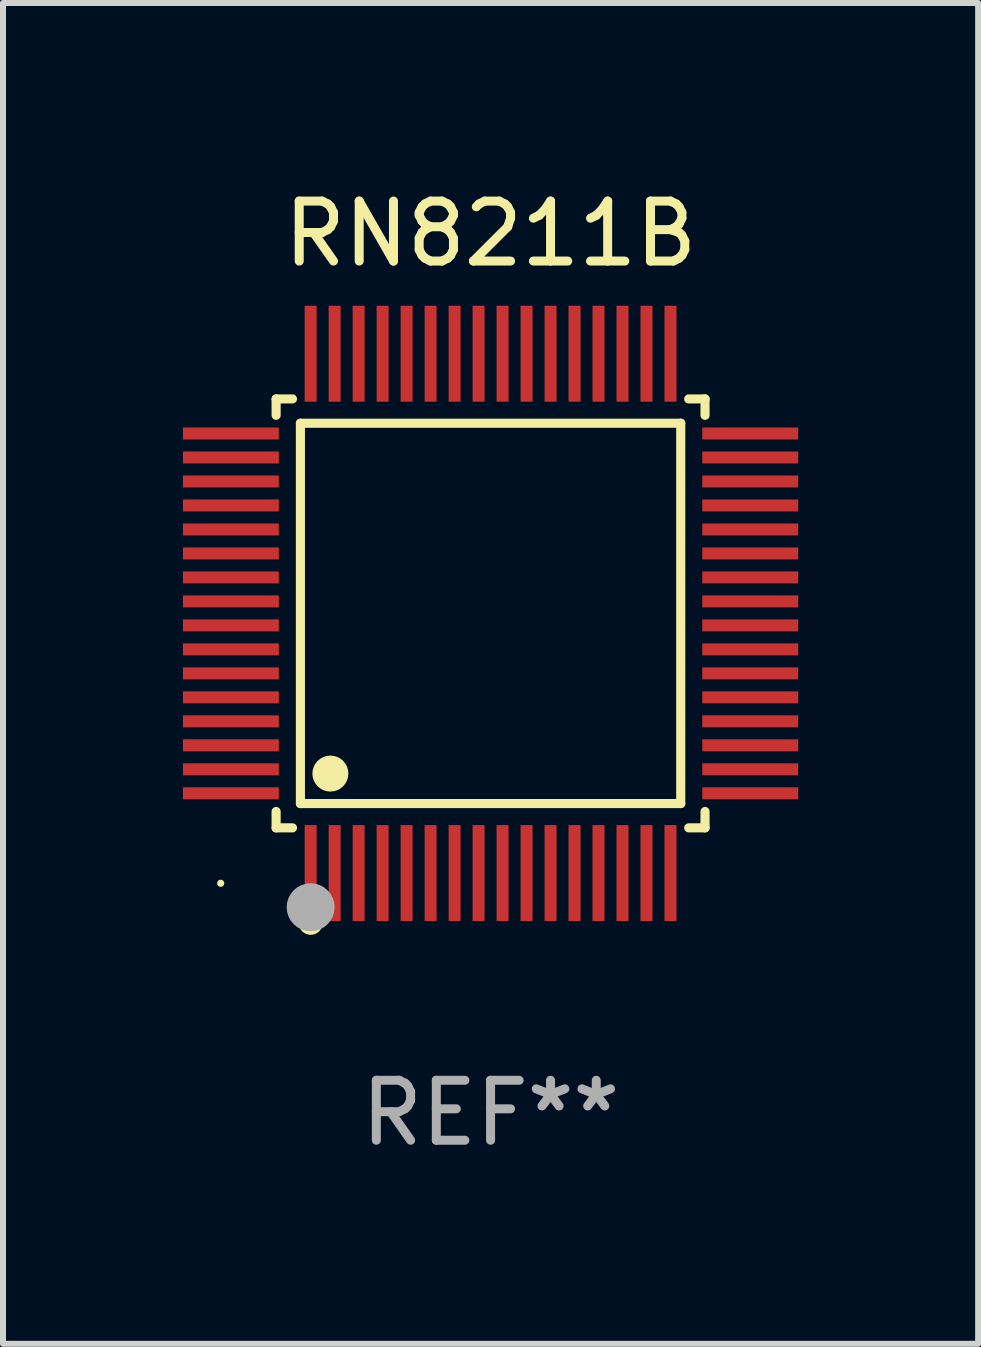
<source format=kicad_pcb>
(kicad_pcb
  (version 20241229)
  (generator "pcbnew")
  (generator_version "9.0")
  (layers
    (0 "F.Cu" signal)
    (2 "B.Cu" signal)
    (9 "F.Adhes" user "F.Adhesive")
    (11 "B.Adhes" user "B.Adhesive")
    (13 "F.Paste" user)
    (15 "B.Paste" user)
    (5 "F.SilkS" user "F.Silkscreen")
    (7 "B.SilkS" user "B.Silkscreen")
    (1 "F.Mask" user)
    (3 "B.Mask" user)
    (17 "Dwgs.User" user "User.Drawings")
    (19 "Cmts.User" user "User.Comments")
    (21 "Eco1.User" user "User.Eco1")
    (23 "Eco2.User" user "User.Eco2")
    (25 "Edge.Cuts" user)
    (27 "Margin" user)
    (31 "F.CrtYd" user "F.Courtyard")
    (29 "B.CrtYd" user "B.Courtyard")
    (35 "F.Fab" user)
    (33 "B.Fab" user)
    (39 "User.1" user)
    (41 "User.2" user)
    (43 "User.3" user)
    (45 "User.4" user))
  (footprint "RN8211B"
    (layer "F.Cu")
    (at 5.13 7.178)
    (property "Reference" "RN8211B" (at 0 -6.33 0) (layer "F.SilkS") (effects (font (size 1 1) (thickness 0.15))))
    (attr through_hole)
    (fp_line (start -3.576 -3.576) (end -3.303 -3.576) (stroke (width 0.152) (type solid)) (layer "F.SilkS"))
    (fp_line (start -3.576 -3.303) (end -3.576 -3.576) (stroke (width 0.152) (type solid)) (layer "F.SilkS"))
    (fp_line (start -3.576 3.303) (end -3.576 3.576) (stroke (width 0.152) (type solid)) (layer "F.SilkS"))
    (fp_line (start -3.576 3.576) (end -3.303 3.576) (stroke (width 0.152) (type solid)) (layer "F.SilkS"))
    (fp_line (start -3.171 -3.171) (end 3.171 -3.171) (stroke (width 0.152) (type solid)) (layer "F.SilkS"))
    (fp_line (start -3.171 3.171) (end -3.171 -3.171) (stroke (width 0.152) (type solid)) (layer "F.SilkS"))
    (fp_line (start 3.171 -3.171) (end 3.171 3.171) (stroke (width 0.152) (type solid)) (layer "F.SilkS"))
    (fp_line (start 3.171 3.171) (end -3.171 3.171) (stroke (width 0.152) (type solid)) (layer "F.SilkS"))
    (fp_line (start 3.576 -3.576) (end 3.303 -3.576) (stroke (width 0.152) (type solid)) (layer "F.SilkS"))
    (fp_line (start 3.576 -3.303) (end 3.576 -3.576) (stroke (width 0.152) (type solid)) (layer "F.SilkS"))
    (fp_line (start 3.576 3.303) (end 3.576 3.576) (stroke (width 0.152) (type solid)) (layer "F.SilkS"))
    (fp_line (start 3.576 3.576) (end 3.303 3.576) (stroke (width 0.152) (type solid)) (layer "F.SilkS"))
    (fp_circle (center -4.5 4.5) (end -4.47 4.5) (stroke (width 0.06) (type solid)) (fill no) (layer "F.SilkS"))
    (fp_circle (center -3 5.16) (end -2.9 5.16) (stroke (width 0.2) (type solid)) (fill no) (layer "F.SilkS"))
    (fp_circle (center -2.671 2.671) (end -2.521 2.671) (stroke (width 0.3) (type solid)) (fill no) (layer "F.SilkS"))
    (fp_circle (center -3 4.9) (end -2.8 4.9) (stroke (width 0.4) (type solid)) (fill no) (layer "F.Fab"))
    (fp_text user "REF**" (at 0 8.33 0) (layer "F.Fab") (effects (font (size 1 1) (thickness 0.15))))
    (pad "1" smd rect (at -3 4.33) (size 0.2 1.6) (layers "F.Cu" "F.Mask" "F.Paste"))
    (pad "2" smd rect (at -2.6 4.33) (size 0.2 1.6) (layers "F.Cu" "F.Mask" "F.Paste"))
    (pad "3" smd rect (at -2.2 4.33) (size 0.2 1.6) (layers "F.Cu" "F.Mask" "F.Paste"))
    (pad "4" smd rect (at -1.8 4.33) (size 0.2 1.6) (layers "F.Cu" "F.Mask" "F.Paste"))
    (pad "5" smd rect (at -1.4 4.33) (size 0.2 1.6) (layers "F.Cu" "F.Mask" "F.Paste"))
    (pad "6" smd rect (at -1 4.33) (size 0.2 1.6) (layers "F.Cu" "F.Mask" "F.Paste"))
    (pad "7" smd rect (at -0.6 4.33) (size 0.2 1.6) (layers "F.Cu" "F.Mask" "F.Paste"))
    (pad "8" smd rect (at -0.2 4.33) (size 0.2 1.6) (layers "F.Cu" "F.Mask" "F.Paste"))
    (pad "9" smd rect (at 0.2 4.33) (size 0.2 1.6) (layers "F.Cu" "F.Mask" "F.Paste"))
    (pad "10" smd rect (at 0.6 4.33) (size 0.2 1.6) (layers "F.Cu" "F.Mask" "F.Paste"))
    (pad "11" smd rect (at 1 4.33) (size 0.2 1.6) (layers "F.Cu" "F.Mask" "F.Paste"))
    (pad "12" smd rect (at 1.4 4.33) (size 0.2 1.6) (layers "F.Cu" "F.Mask" "F.Paste"))
    (pad "13" smd rect (at 1.8 4.33) (size 0.2 1.6) (layers "F.Cu" "F.Mask" "F.Paste"))
    (pad "14" smd rect (at 2.2 4.33) (size 0.2 1.6) (layers "F.Cu" "F.Mask" "F.Paste"))
    (pad "15" smd rect (at 2.6 4.33) (size 0.2 1.6) (layers "F.Cu" "F.Mask" "F.Paste"))
    (pad "16" smd rect (at 3 4.33) (size 0.2 1.6) (layers "F.Cu" "F.Mask" "F.Paste"))
    (pad "17" smd rect (at 4.33 3) (size 1.6 0.2) (layers "F.Cu" "F.Mask" "F.Paste"))
    (pad "18" smd rect (at 4.33 2.6) (size 1.6 0.2) (layers "F.Cu" "F.Mask" "F.Paste"))
    (pad "19" smd rect (at 4.33 2.2) (size 1.6 0.2) (layers "F.Cu" "F.Mask" "F.Paste"))
    (pad "20" smd rect (at 4.33 1.8) (size 1.6 0.2) (layers "F.Cu" "F.Mask" "F.Paste"))
    (pad "21" smd rect (at 4.33 1.4) (size 1.6 0.2) (layers "F.Cu" "F.Mask" "F.Paste"))
    (pad "22" smd rect (at 4.33 1) (size 1.6 0.2) (layers "F.Cu" "F.Mask" "F.Paste"))
    (pad "23" smd rect (at 4.33 0.6) (size 1.6 0.2) (layers "F.Cu" "F.Mask" "F.Paste"))
    (pad "24" smd rect (at 4.33 0.2) (size 1.6 0.2) (layers "F.Cu" "F.Mask" "F.Paste"))
    (pad "25" smd rect (at 4.33 -0.2) (size 1.6 0.2) (layers "F.Cu" "F.Mask" "F.Paste"))
    (pad "26" smd rect (at 4.33 -0.6) (size 1.6 0.2) (layers "F.Cu" "F.Mask" "F.Paste"))
    (pad "27" smd rect (at 4.33 -1) (size 1.6 0.2) (layers "F.Cu" "F.Mask" "F.Paste"))
    (pad "28" smd rect (at 4.33 -1.4) (size 1.6 0.2) (layers "F.Cu" "F.Mask" "F.Paste"))
    (pad "29" smd rect (at 4.33 -1.8) (size 1.6 0.2) (layers "F.Cu" "F.Mask" "F.Paste"))
    (pad "30" smd rect (at 4.33 -2.2) (size 1.6 0.2) (layers "F.Cu" "F.Mask" "F.Paste"))
    (pad "31" smd rect (at 4.33 -2.6) (size 1.6 0.2) (layers "F.Cu" "F.Mask" "F.Paste"))
    (pad "32" smd rect (at 4.33 -3) (size 1.6 0.2) (layers "F.Cu" "F.Mask" "F.Paste"))
    (pad "33" smd rect (at 3 -4.33) (size 0.2 1.6) (layers "F.Cu" "F.Mask" "F.Paste"))
    (pad "34" smd rect (at 2.6 -4.33) (size 0.2 1.6) (layers "F.Cu" "F.Mask" "F.Paste"))
    (pad "35" smd rect (at 2.2 -4.33) (size 0.2 1.6) (layers "F.Cu" "F.Mask" "F.Paste"))
    (pad "36" smd rect (at 1.8 -4.33) (size 0.2 1.6) (layers "F.Cu" "F.Mask" "F.Paste"))
    (pad "37" smd rect (at 1.4 -4.33) (size 0.2 1.6) (layers "F.Cu" "F.Mask" "F.Paste"))
    (pad "38" smd rect (at 1 -4.33) (size 0.2 1.6) (layers "F.Cu" "F.Mask" "F.Paste"))
    (pad "39" smd rect (at 0.6 -4.33) (size 0.2 1.6) (layers "F.Cu" "F.Mask" "F.Paste"))
    (pad "40" smd rect (at 0.2 -4.33) (size 0.2 1.6) (layers "F.Cu" "F.Mask" "F.Paste"))
    (pad "41" smd rect (at -0.2 -4.33) (size 0.2 1.6) (layers "F.Cu" "F.Mask" "F.Paste"))
    (pad "42" smd rect (at -0.6 -4.33) (size 0.2 1.6) (layers "F.Cu" "F.Mask" "F.Paste"))
    (pad "43" smd rect (at -1 -4.33) (size 0.2 1.6) (layers "F.Cu" "F.Mask" "F.Paste"))
    (pad "44" smd rect (at -1.4 -4.33) (size 0.2 1.6) (layers "F.Cu" "F.Mask" "F.Paste"))
    (pad "45" smd rect (at -1.8 -4.33) (size 0.2 1.6) (layers "F.Cu" "F.Mask" "F.Paste"))
    (pad "46" smd rect (at -2.2 -4.33) (size 0.2 1.6) (layers "F.Cu" "F.Mask" "F.Paste"))
    (pad "47" smd rect (at -2.6 -4.33) (size 0.2 1.6) (layers "F.Cu" "F.Mask" "F.Paste"))
    (pad "48" smd rect (at -3 -4.33) (size 0.2 1.6) (layers "F.Cu" "F.Mask" "F.Paste"))
    (pad "49" smd rect (at -4.33 -3) (size 1.6 0.2) (layers "F.Cu" "F.Mask" "F.Paste"))
    (pad "50" smd rect (at -4.33 -2.6) (size 1.6 0.2) (layers "F.Cu" "F.Mask" "F.Paste"))
    (pad "51" smd rect (at -4.33 -2.2) (size 1.6 0.2) (layers "F.Cu" "F.Mask" "F.Paste"))
    (pad "52" smd rect (at -4.33 -1.8) (size 1.6 0.2) (layers "F.Cu" "F.Mask" "F.Paste"))
    (pad "53" smd rect (at -4.33 -1.4) (size 1.6 0.2) (layers "F.Cu" "F.Mask" "F.Paste"))
    (pad "54" smd rect (at -4.33 -1) (size 1.6 0.2) (layers "F.Cu" "F.Mask" "F.Paste"))
    (pad "55" smd rect (at -4.33 -0.6) (size 1.6 0.2) (layers "F.Cu" "F.Mask" "F.Paste"))
    (pad "56" smd rect (at -4.33 -0.2) (size 1.6 0.2) (layers "F.Cu" "F.Mask" "F.Paste"))
    (pad "57" smd rect (at -4.33 0.2) (size 1.6 0.2) (layers "F.Cu" "F.Mask" "F.Paste"))
    (pad "58" smd rect (at -4.33 0.6) (size 1.6 0.2) (layers "F.Cu" "F.Mask" "F.Paste"))
    (pad "59" smd rect (at -4.33 1) (size 1.6 0.2) (layers "F.Cu" "F.Mask" "F.Paste"))
    (pad "60" smd rect (at -4.33 1.4) (size 1.6 0.2) (layers "F.Cu" "F.Mask" "F.Paste"))
    (pad "61" smd rect (at -4.33 1.8) (size 1.6 0.2) (layers "F.Cu" "F.Mask" "F.Paste"))
    (pad "62" smd rect (at -4.33 2.2) (size 1.6 0.2) (layers "F.Cu" "F.Mask" "F.Paste"))
    (pad "63" smd rect (at -4.33 2.6) (size 1.6 0.2) (layers "F.Cu" "F.Mask" "F.Paste"))
    (pad "64" smd rect (at -4.33 3) (size 1.6 0.2) (layers "F.Cu" "F.Mask" "F.Paste")))
  (gr_rect
    (start -3 -3)
    (end 13.26 19.357)
    (stroke (width 0.1) (type default))
    (fill no)
    (layer "Edge.Cuts")))
</source>
